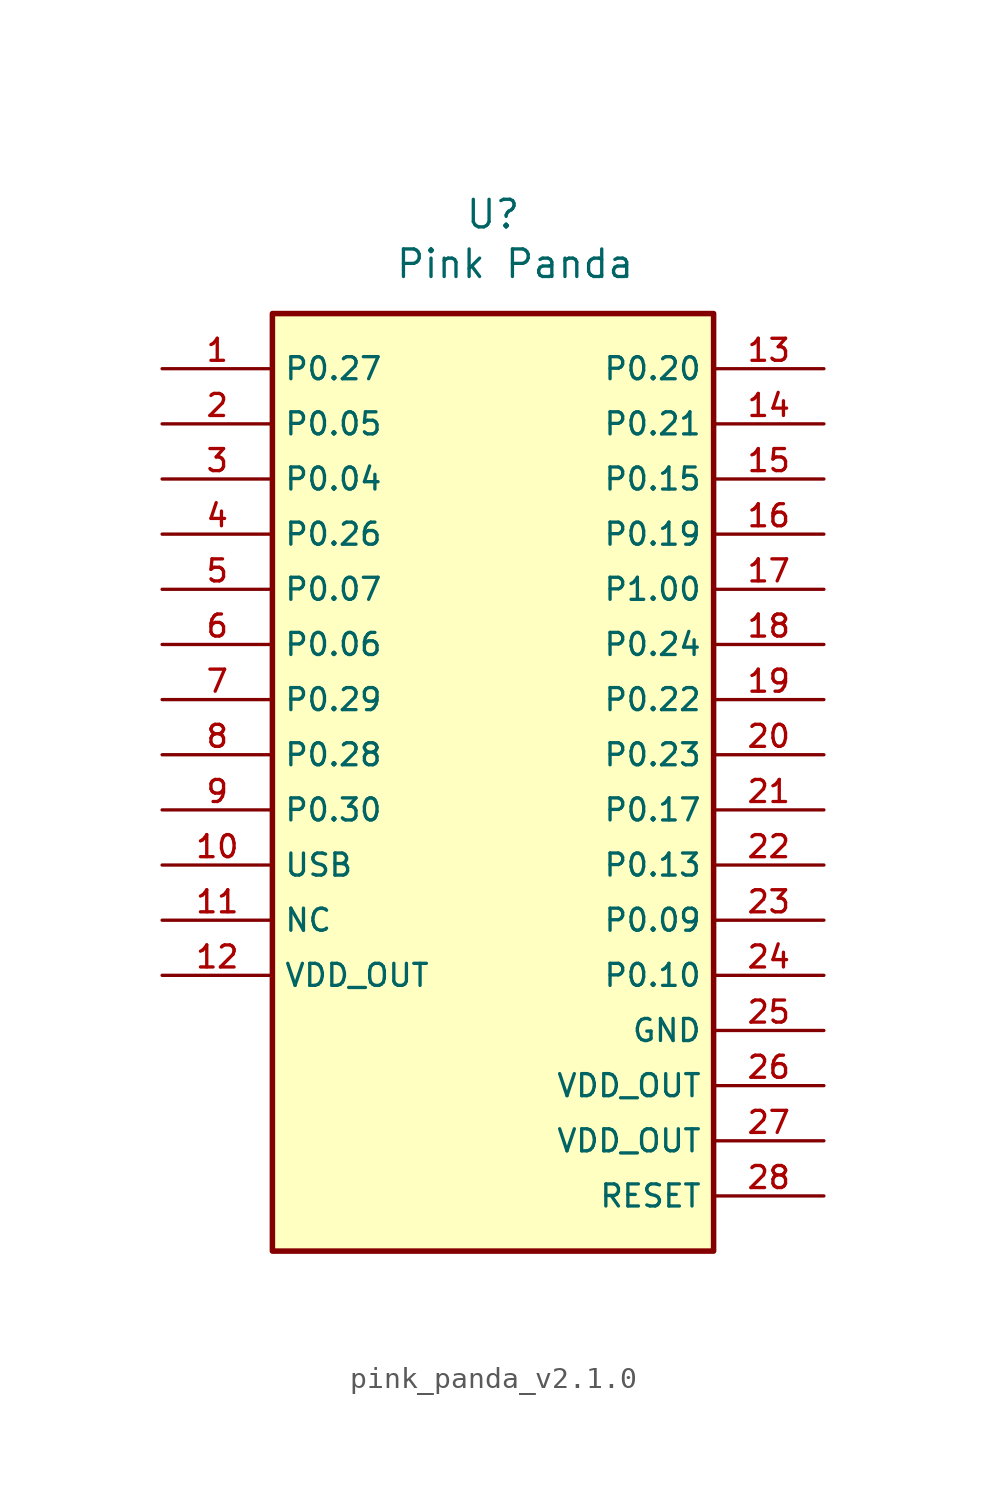
<source format=kicad_sym>
(kicad_symbol_lib
  (version 20231120)
  (generator "kicad_symbol_editor")
  (generator_version "8.0")
  (symbol "pink_panda_v2.1.0"
    (property "Reference" "U"
      (at 0 26.162 0)
      (effects (font (size 1.27 1.27))))
    (property "Value" "Pink Panda"
      (at 1.016 23.876 0)
      (effects (font (size 1.27 1.27))))
    (symbol "pink_panda_v2.1.0_0_0"
      (rectangle (start -10.16 21.59) (end 10.16 -21.59) (stroke (width 0.254) (type default)) (fill (type background)))
      (pin passive line (at -15.24 19.05 0) (length 5.08) (name "P0.27" (effects (font (size 1.016 1.016)))) (number "1" (effects (font (size 1.016 1.016)))))
      (pin passive line (at -15.24 -3.81 0) (length 5.08) (name "USB" (effects (font (size 1.016 1.016)))) (number "10" (effects (font (size 1.016 1.016)))))
      (pin passive line (at -15.24 -8.89 0) (length 5.08) (name "VDD_OUT" (effects (font (size 1.016 1.016)))) (number "12" (effects (font (size 1.016 1.016)))))
      (pin passive line (at 15.24 19.05 180) (length 5.08) (name "P0.20" (effects (font (size 1.016 1.016)))) (number "13" (effects (font (size 1.016 1.016)))))
      (pin passive line (at 15.24 16.51 180) (length 5.08) (name "P0.21" (effects (font (size 1.016 1.016)))) (number "14" (effects (font (size 1.016 1.016)))))
      (pin passive line (at 15.24 13.97 180) (length 5.08) (name "P0.15" (effects (font (size 1.016 1.016)))) (number "15" (effects (font (size 1.016 1.016)))))
      (pin passive line (at 15.24 11.43 180) (length 5.08) (name "P0.19" (effects (font (size 1.016 1.016)))) (number "16" (effects (font (size 1.016 1.016)))))
      (pin passive line (at 15.24 8.89 180) (length 5.08) (name "P1.00" (effects (font (size 1.016 1.016)))) (number "17" (effects (font (size 1.016 1.016)))))
      (pin passive line (at 15.24 6.35 180) (length 5.08) (name "P0.24" (effects (font (size 1.016 1.016)))) (number "18" (effects (font (size 1.016 1.016)))))
      (pin passive line (at 15.24 3.81 180) (length 5.08) (name "P0.22" (effects (font (size 1.016 1.016)))) (number "19" (effects (font (size 1.016 1.016)))))
      (pin passive line (at -15.24 16.51 0) (length 5.08) (name "P0.05" (effects (font (size 1.016 1.016)))) (number "2" (effects (font (size 1.016 1.016)))))
      (pin passive line (at 15.24 1.27 180) (length 5.08) (name "P0.23" (effects (font (size 1.016 1.016)))) (number "20" (effects (font (size 1.016 1.016)))))
      (pin passive line (at 15.24 -1.27 180) (length 5.08) (name "P0.17" (effects (font (size 1.016 1.016)))) (number "21" (effects (font (size 1.016 1.016)))))
      (pin passive line (at 15.24 -3.81 180) (length 5.08) (name "P0.13" (effects (font (size 1.016 1.016)))) (number "22" (effects (font (size 1.016 1.016)))))
      (pin passive line (at 15.24 -6.35 180) (length 5.08) (name "P0.09" (effects (font (size 1.016 1.016)))) (number "23" (effects (font (size 1.016 1.016)))))
      (pin passive line (at 15.24 -8.89 180) (length 5.08) (name "P0.10" (effects (font (size 1.016 1.016)))) (number "24" (effects (font (size 1.016 1.016)))))
      (pin passive line (at 15.24 -11.43 180) (length 5.08) (name "GND" (effects (font (size 1.016 1.016)))) (number "25" (effects (font (size 1.016 1.016)))))
      (pin passive line (at 15.24 -13.97 180) (length 5.08) (name "VDD_OUT" (effects (font (size 1.016 1.016)))) (number "26" (effects (font (size 1.016 1.016)))))
      (pin passive line (at -15.24 13.97 0) (length 5.08) (name "P0.04" (effects (font (size 1.016 1.016)))) (number "3" (effects (font (size 1.016 1.016)))))
      (pin passive line (at -15.24 11.43 0) (length 5.08) (name "P0.26" (effects (font (size 1.016 1.016)))) (number "4" (effects (font (size 1.016 1.016)))))
      (pin passive line (at -15.24 8.89 0) (length 5.08) (name "P0.07" (effects (font (size 1.016 1.016)))) (number "5" (effects (font (size 1.016 1.016)))))
      (pin passive line (at -15.24 6.35 0) (length 5.08) (name "P0.06" (effects (font (size 1.016 1.016)))) (number "6" (effects (font (size 1.016 1.016)))))
      (pin passive line (at -15.24 3.81 0) (length 5.08) (name "P0.29" (effects (font (size 1.016 1.016)))) (number "7" (effects (font (size 1.016 1.016)))))
      (pin passive line (at -15.24 1.27 0) (length 5.08) (name "P0.28" (effects (font (size 1.016 1.016)))) (number "8" (effects (font (size 1.016 1.016)))))
      (pin passive line (at -15.24 -1.27 0) (length 5.08) (name "P0.30" (effects (font (size 1.016 1.016)))) (number "9" (effects (font (size 1.016 1.016))))))
    (symbol "pink_panda_v2.1.0_1_0"
      (pin passive line (at -15.24 -6.35 0) (length 5.08) (name "NC" (effects (font (size 1.016 1.016)))) (number "11" (effects (font (size 1.016 1.016)))))
      (pin passive line (at 15.24 -16.51 180) (length 5.08) (name "VDD_OUT" (effects (font (size 1.016 1.016)))) (number "27" (effects (font (size 1.016 1.016)))))
      (pin passive line (at 15.24 -19.05 180) (length 5.08) (name "RESET" (effects (font (size 1.016 1.016)))) (number "28" (effects (font (size 1.016 1.016))))))))
</source>
